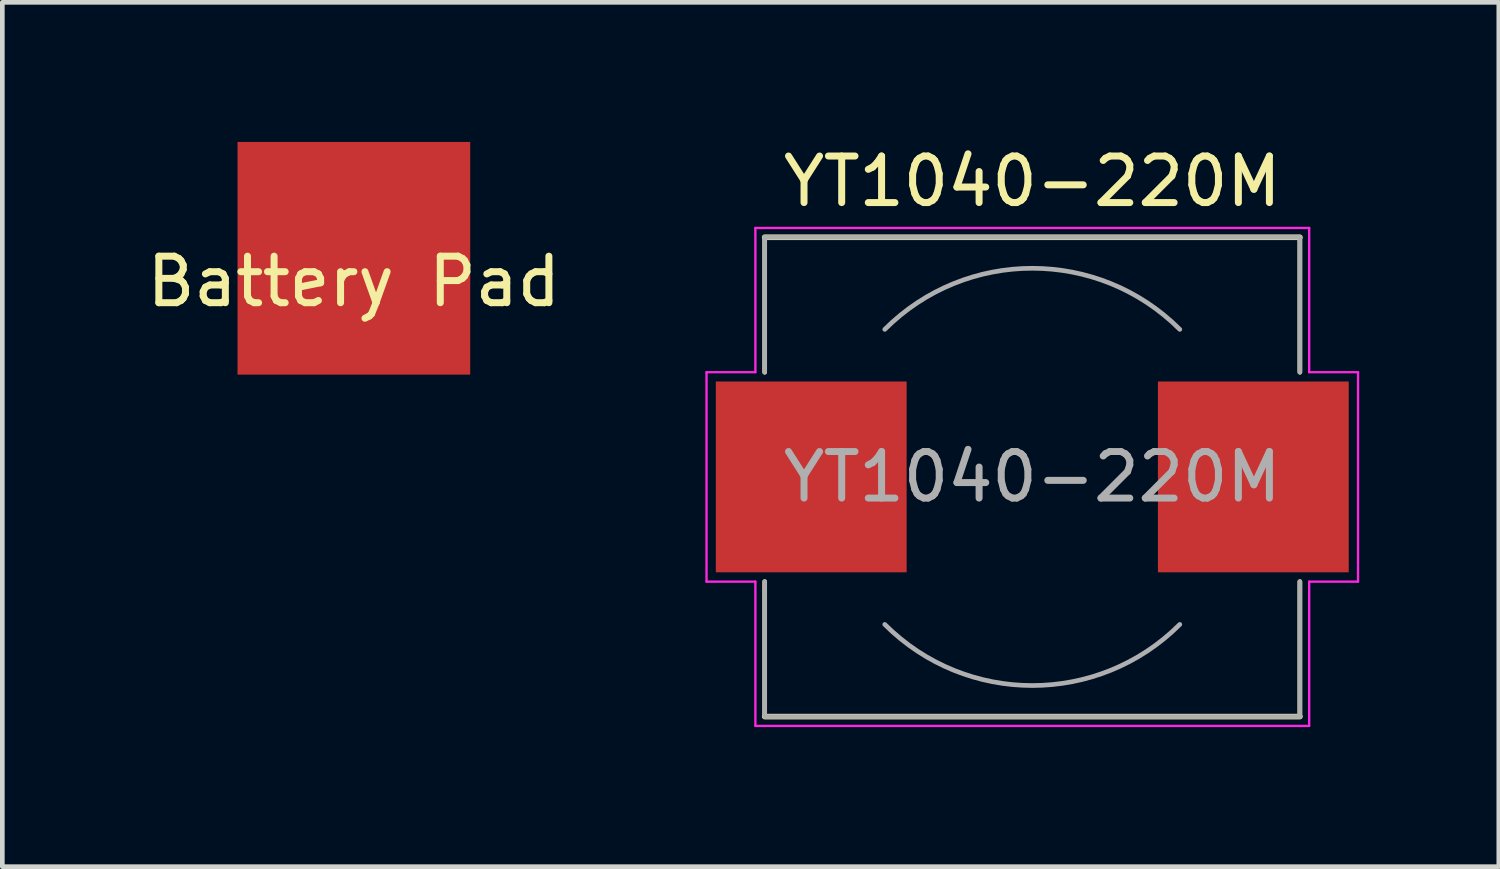
<source format=kicad_pcb>
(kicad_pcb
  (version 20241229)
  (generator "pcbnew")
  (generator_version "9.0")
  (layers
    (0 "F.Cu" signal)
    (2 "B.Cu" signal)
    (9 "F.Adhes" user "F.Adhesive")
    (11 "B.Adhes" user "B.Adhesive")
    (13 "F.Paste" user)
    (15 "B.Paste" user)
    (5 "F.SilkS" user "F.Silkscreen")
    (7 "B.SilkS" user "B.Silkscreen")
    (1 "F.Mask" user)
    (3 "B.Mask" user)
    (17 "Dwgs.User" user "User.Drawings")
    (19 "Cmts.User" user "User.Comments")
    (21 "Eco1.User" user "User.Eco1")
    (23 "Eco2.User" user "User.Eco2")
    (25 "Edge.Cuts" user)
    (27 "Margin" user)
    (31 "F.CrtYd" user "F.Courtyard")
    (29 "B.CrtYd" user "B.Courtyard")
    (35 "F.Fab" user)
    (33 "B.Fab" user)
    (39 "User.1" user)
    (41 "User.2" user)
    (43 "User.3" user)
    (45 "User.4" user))
  (footprint "Battery Pad"
    (layer "F.Cu")
    (at 4.554 2.5)
    (property "Reference" "Battery Pad" (at 0 0.5 0) (layer "F.SilkS") (effects (font (size 1 1) (thickness 0.15))))
    (attr through_hole)
    (pad "1" smd rect (at 0 0) (size 5 5) (layers "F.Cu" "F.Mask" "F.Paste")))
  (footprint "YT1040-220M"
    (layer "F.Cu")
    (at 19.132 7.198)
    (property "Reference" "YT1040-220M" (at 0 -6.35 0) (layer "F.SilkS") (effects (font (size 1 1) (thickness 0.15))))
    (attr smd)
    (fp_line (start -5.75 -5.15) (end -5.75 -2.25) (stroke (width 0.1) (type solid)) (layer "F.SilkS"))
    (fp_line (start -5.75 -5.15) (end 5.75 -5.15) (stroke (width 0.12) (type solid)) (layer "F.SilkS"))
    (fp_line (start -5.75 2.25) (end -5.75 5.15) (stroke (width 0.1) (type solid)) (layer "F.SilkS"))
    (fp_line (start -5.75 5.15) (end 5.75 5.15) (stroke (width 0.12) (type solid)) (layer "F.SilkS"))
    (fp_line (start 5.75 -5.15) (end 5.75 -2.25) (stroke (width 0.1) (type solid)) (layer "F.SilkS"))
    (fp_line (start 5.75 2.25) (end 5.75 5.15) (stroke (width 0.1) (type solid)) (layer "F.SilkS"))
    (fp_line (start -7 -2.25) (end -7 2.25) (stroke (width 0.05) (type solid)) (layer "F.CrtYd"))
    (fp_line (start -7 -2.25) (end -5.95 -2.25) (stroke (width 0.05) (type solid)) (layer "F.CrtYd"))
    (fp_line (start -7 2.25) (end -5.95 2.25) (stroke (width 0.05) (type solid)) (layer "F.CrtYd"))
    (fp_line (start -5.95 -5.35) (end -5.95 -2.25) (stroke (width 0.05) (type solid)) (layer "F.CrtYd"))
    (fp_line (start -5.95 5.35) (end -5.95 2.25) (stroke (width 0.05) (type solid)) (layer "F.CrtYd"))
    (fp_line (start -5.95 5.35) (end 5.95 5.35) (stroke (width 0.05) (type solid)) (layer "F.CrtYd"))
    (fp_line (start 5.95 -5.35) (end -5.95 -5.35) (stroke (width 0.05) (type solid)) (layer "F.CrtYd"))
    (fp_line (start 5.95 -5.35) (end 5.95 -2.25) (stroke (width 0.05) (type solid)) (layer "F.CrtYd"))
    (fp_line (start 5.95 5.35) (end 5.95 2.25) (stroke (width 0.05) (type solid)) (layer "F.CrtYd"))
    (fp_line (start 7 -2.25) (end 5.95 -2.25) (stroke (width 0.05) (type solid)) (layer "F.CrtYd"))
    (fp_line (start 7 2.25) (end 5.95 2.25) (stroke (width 0.05) (type solid)) (layer "F.CrtYd"))
    (fp_line (start 7 2.25) (end 7 -2.25) (stroke (width 0.05) (type solid)) (layer "F.CrtYd"))
    (fp_line (start -5.75 -5.15) (end -5.75 -2.25) (stroke (width 0.1) (type solid)) (layer "F.Fab"))
    (fp_line (start -5.75 -5.15) (end 5.75 -5.15) (stroke (width 0.1) (type solid)) (layer "F.Fab"))
    (fp_line (start -5.75 2.25) (end -5.75 5.15) (stroke (width 0.1) (type solid)) (layer "F.Fab"))
    (fp_line (start -5.75 5.15) (end 5.75 5.15) (stroke (width 0.1) (type solid)) (layer "F.Fab"))
    (fp_line (start 5.75 -5.15) (end 5.75 -2.25) (stroke (width 0.1) (type solid)) (layer "F.Fab"))
    (fp_line (start 5.75 2.25) (end 5.75 5.15) (stroke (width 0.1) (type solid)) (layer "F.Fab"))
    (fp_arc (start -3.17 -3.17) (mid 0 -4.483057) (end 3.17 -3.17) (stroke (width 0.1) (type solid)) (layer "F.Fab"))
    (fp_arc (start 3.17 3.17) (mid 0 4.483057) (end -3.17 3.17) (stroke (width 0.1) (type solid)) (layer "F.Fab"))
    (fp_text user "${REFERENCE}" (at 0 0 0) (layer "F.Fab") (effects (font (size 1 1) (thickness 0.15))))
    (pad "1" smd rect (at -4.75 0) (size 4.1 4.1) (layers "F.Cu" "F.Mask" "F.Paste"))
    (pad "2" smd rect (at 4.75 0) (size 4.1 4.1) (layers "F.Cu" "F.Mask" "F.Paste")))
  (gr_rect
    (start -3 -3)
    (end 29.157 15.573)
    (stroke (width 0.1) (type default))
    (fill no)
    (layer "Edge.Cuts")))
</source>
